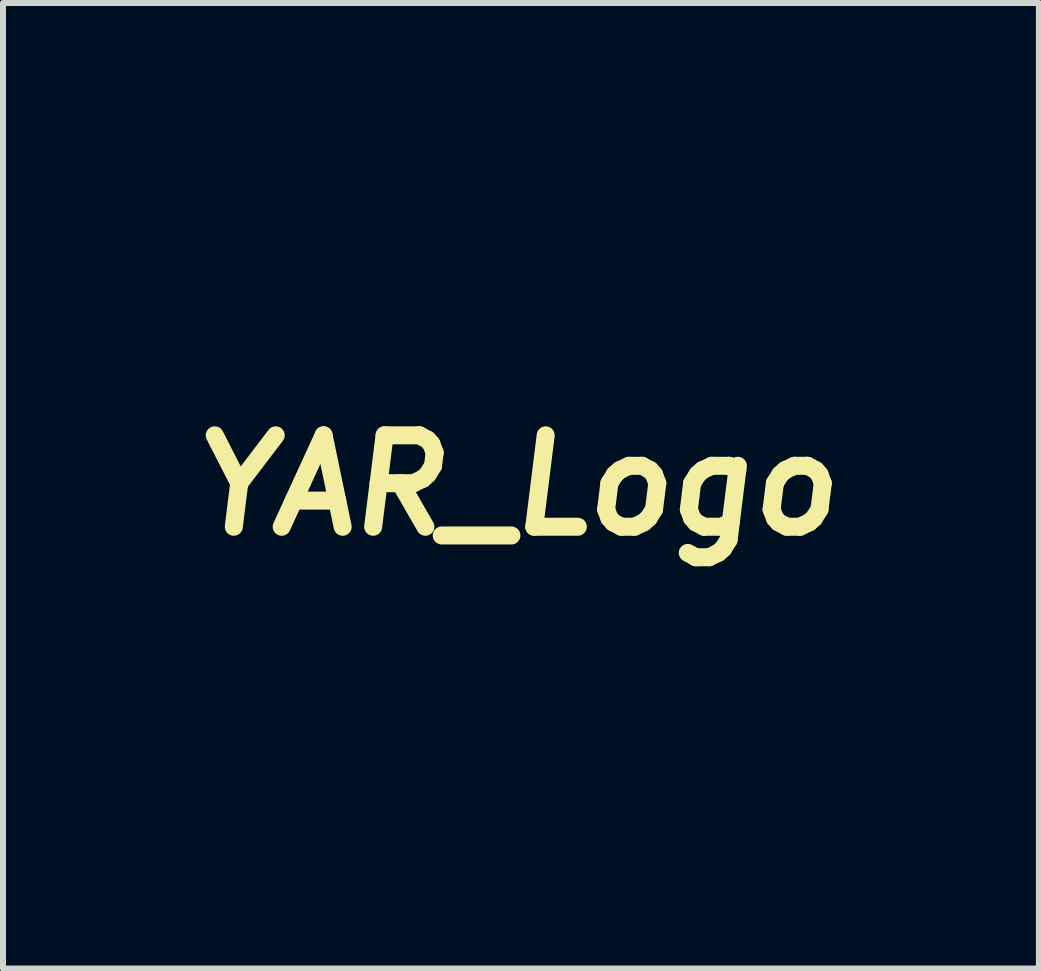
<source format=kicad_pcb>
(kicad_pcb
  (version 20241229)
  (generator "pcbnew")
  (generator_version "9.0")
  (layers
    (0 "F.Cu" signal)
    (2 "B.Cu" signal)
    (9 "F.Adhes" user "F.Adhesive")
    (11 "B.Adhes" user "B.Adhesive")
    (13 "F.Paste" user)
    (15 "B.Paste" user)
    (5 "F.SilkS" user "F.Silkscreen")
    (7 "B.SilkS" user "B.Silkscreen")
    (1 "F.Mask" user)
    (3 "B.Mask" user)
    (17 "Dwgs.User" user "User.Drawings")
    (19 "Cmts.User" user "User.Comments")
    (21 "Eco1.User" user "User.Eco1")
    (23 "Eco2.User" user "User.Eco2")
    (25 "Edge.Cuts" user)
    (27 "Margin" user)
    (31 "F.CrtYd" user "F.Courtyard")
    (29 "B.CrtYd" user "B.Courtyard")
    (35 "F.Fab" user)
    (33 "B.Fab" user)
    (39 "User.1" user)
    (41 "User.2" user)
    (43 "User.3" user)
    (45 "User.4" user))
  (footprint "YAR_Logo"
    (layer "F.Cu")
    (at 5.536 5.039)
    (property "Reference" "YAR_Logo" (at 0 0 0) (layer "F.SilkS") (effects (font (size 1.524 1.524) (thickness 0.3) (italic yes))))
    (attr board_only exclude_from_pos_files exclude_from_bom)
    (fp_poly (pts (xy -2.58 3.23) (xy -2.457 4.21) (xy -3.25 4.992) (xy -3.484 4.11) (xy -3.609 4.021) (xy -3.739 4.145) (xy -4.135 3.758) (xy -4.004 3.623) (xy -4.117 3.521) (xy -4.974 3.265) (xy -4.928 3.214) (xy -4.21 2.471) (xy -3.259 2.585) (xy 2.861 -3.477) (xy 4.997 -4.979) (xy 3.476 -2.837)) (stroke (width 0.12) (type solid)) (fill yes) (layer "F.Mask")))
  (gr_rect
    (start -3 -3)
    (end 14.263 13.091)
    (stroke (width 0.1) (type default))
    (fill no)
    (layer "Edge.Cuts")))
</source>
